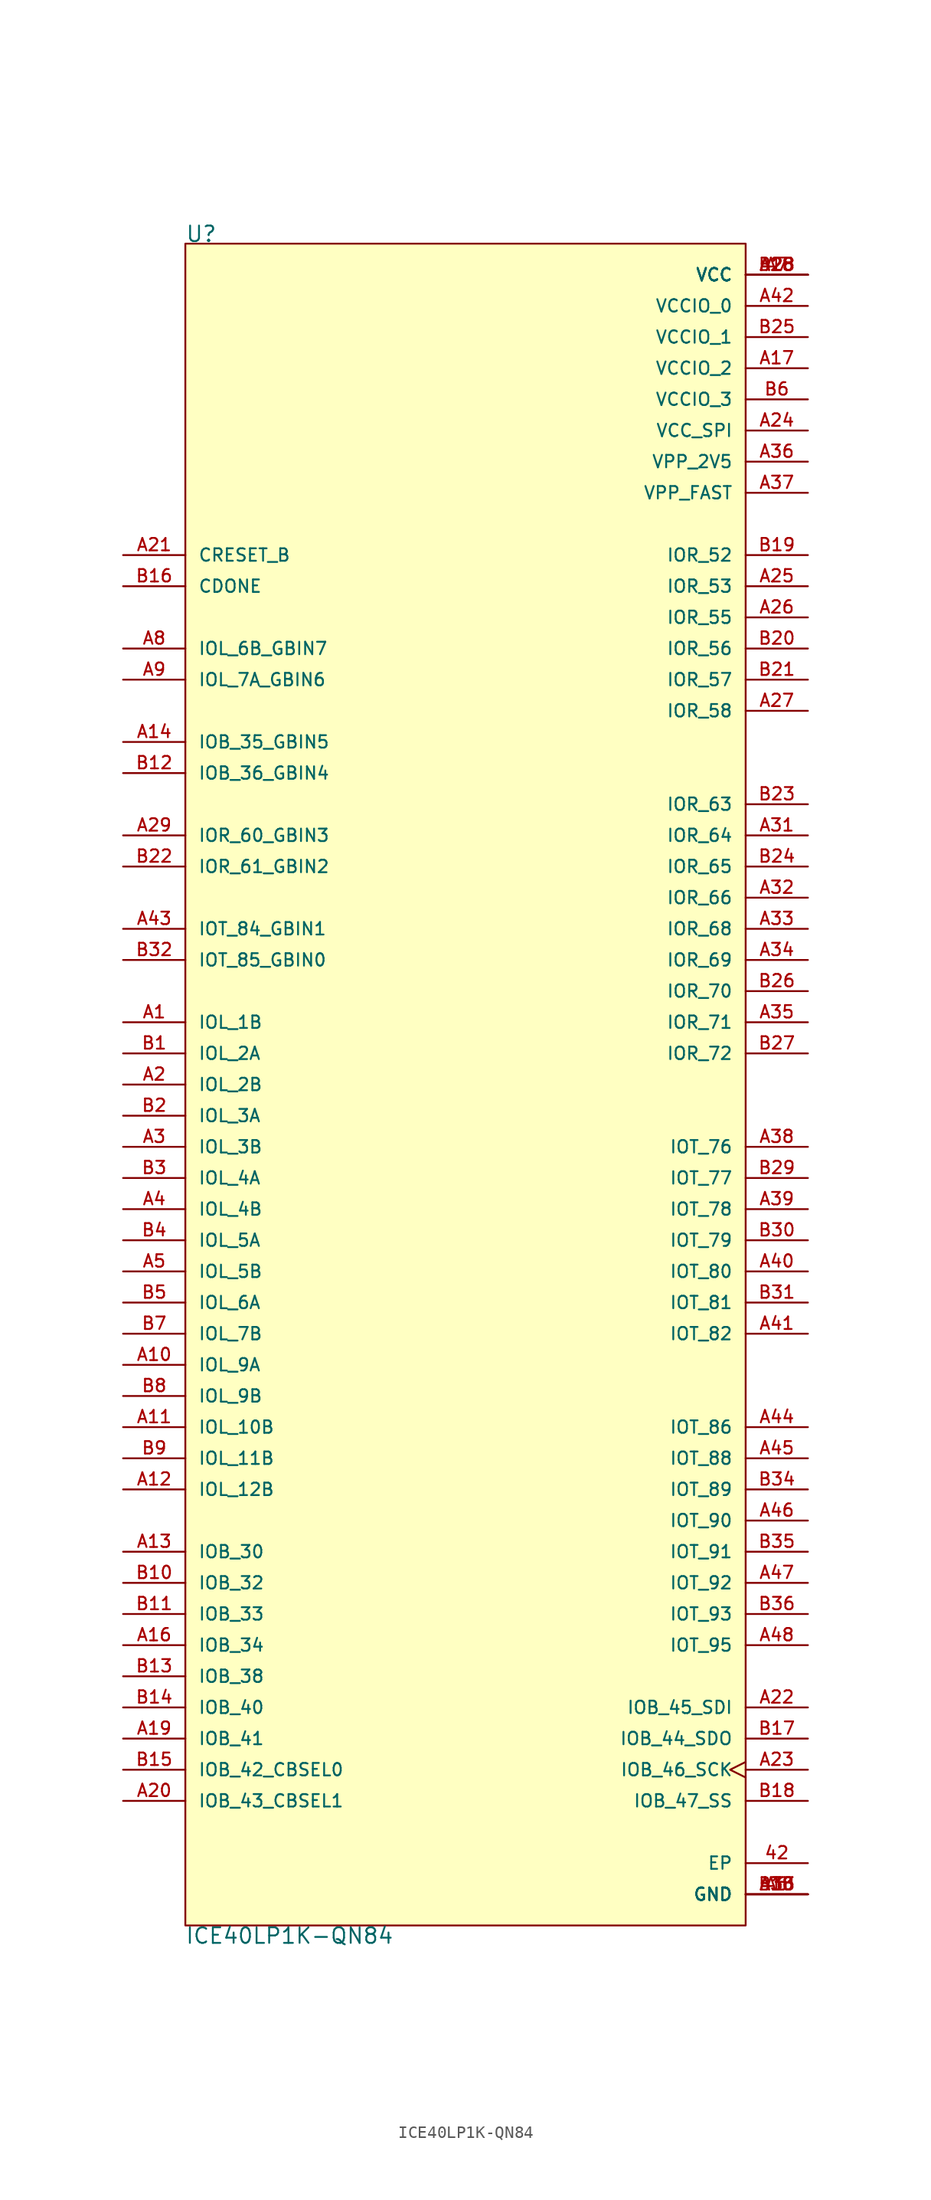
<source format=kicad_sym>
(kicad_symbol_lib
  (version 20211014)
  (generator kicad_symbol_editor)
  (symbol "ICE40LP1K-QN84"
    (pin_names
      (offset 1.016))
    (property "Reference" "U"
      (at -22.874 68.622 0)
      (effects (font (size 1.27 1.27)) (justify bottom left)))
    (property "Value" "ICE40LP1K-QN84"
      (at -22.893 -68.678 0.0)
      (effects (font (size 1.27 1.27)) (justify top left)))
    (symbol "ICE40LP1K-QN84_0_0"
      (rectangle (start -22.86 -68.58) (end 22.86 68.58) (stroke (width 0.152)) (fill (type background)))
      (pin bidirectional line (at -27.94 5.08 0) (length 5.08) (name "IOL_1B" (effects (font (size 1.016 1.016)))) (number "A1" (effects (font (size 1.016 1.016)))))
      (pin bidirectional line (at -27.94 2.54 0) (length 5.08) (name "IOL_2A" (effects (font (size 1.016 1.016)))) (number "B1" (effects (font (size 1.016 1.016)))))
      (pin bidirectional line (at -27.94 0.0 0) (length 5.08) (name "IOL_2B" (effects (font (size 1.016 1.016)))) (number "A2" (effects (font (size 1.016 1.016)))))
      (pin bidirectional line (at -27.94 -2.54 0) (length 5.08) (name "IOL_3A" (effects (font (size 1.016 1.016)))) (number "B2" (effects (font (size 1.016 1.016)))))
      (pin bidirectional line (at -27.94 -5.08 0) (length 5.08) (name "IOL_3B" (effects (font (size 1.016 1.016)))) (number "A3" (effects (font (size 1.016 1.016)))))
      (pin bidirectional line (at -27.94 -7.62 0) (length 5.08) (name "IOL_4A" (effects (font (size 1.016 1.016)))) (number "B3" (effects (font (size 1.016 1.016)))))
      (pin bidirectional line (at -27.94 -10.16 0) (length 5.08) (name "IOL_4B" (effects (font (size 1.016 1.016)))) (number "A4" (effects (font (size 1.016 1.016)))))
      (pin bidirectional line (at -27.94 -12.7 0) (length 5.08) (name "IOL_5A" (effects (font (size 1.016 1.016)))) (number "B4" (effects (font (size 1.016 1.016)))))
      (pin bidirectional line (at -27.94 -15.24 0) (length 5.08) (name "IOL_5B" (effects (font (size 1.016 1.016)))) (number "A5" (effects (font (size 1.016 1.016)))))
      (pin bidirectional line (at -27.94 -17.78 0) (length 5.08) (name "IOL_6A" (effects (font (size 1.016 1.016)))) (number "B5" (effects (font (size 1.016 1.016)))))
      (pin input line (at -27.94 35.56 0) (length 5.08) (name "IOL_6B_GBIN7" (effects (font (size 1.016 1.016)))) (number "A8" (effects (font (size 1.016 1.016)))))
      (pin input line (at -27.94 33.02 0) (length 5.08) (name "IOL_7A_GBIN6" (effects (font (size 1.016 1.016)))) (number "A9" (effects (font (size 1.016 1.016)))))
      (pin bidirectional line (at -27.94 -20.32 0) (length 5.08) (name "IOL_7B" (effects (font (size 1.016 1.016)))) (number "B7" (effects (font (size 1.016 1.016)))))
      (pin bidirectional line (at -27.94 -22.86 0) (length 5.08) (name "IOL_9A" (effects (font (size 1.016 1.016)))) (number "A10" (effects (font (size 1.016 1.016)))))
      (pin bidirectional line (at -27.94 -25.4 0) (length 5.08) (name "IOL_9B" (effects (font (size 1.016 1.016)))) (number "B8" (effects (font (size 1.016 1.016)))))
      (pin bidirectional line (at -27.94 -27.94 0) (length 5.08) (name "IOL_10B" (effects (font (size 1.016 1.016)))) (number "A11" (effects (font (size 1.016 1.016)))))
      (pin bidirectional line (at -27.94 -30.48 0) (length 5.08) (name "IOL_11B" (effects (font (size 1.016 1.016)))) (number "B9" (effects (font (size 1.016 1.016)))))
      (pin bidirectional line (at -27.94 -33.02 0) (length 5.08) (name "IOL_12B" (effects (font (size 1.016 1.016)))) (number "A12" (effects (font (size 1.016 1.016)))))
      (pin bidirectional line (at -27.94 -38.1 0) (length 5.08) (name "IOB_30" (effects (font (size 1.016 1.016)))) (number "A13" (effects (font (size 1.016 1.016)))))
      (pin bidirectional line (at -27.94 -40.64 0) (length 5.08) (name "IOB_32" (effects (font (size 1.016 1.016)))) (number "B10" (effects (font (size 1.016 1.016)))))
      (pin bidirectional line (at -27.94 -43.18 0) (length 5.08) (name "IOB_33" (effects (font (size 1.016 1.016)))) (number "B11" (effects (font (size 1.016 1.016)))))
      (pin input line (at -27.94 27.94 0) (length 5.08) (name "IOB_35_GBIN5" (effects (font (size 1.016 1.016)))) (number "A14" (effects (font (size 1.016 1.016)))))
      (pin input line (at -27.94 25.4 0) (length 5.08) (name "IOB_36_GBIN4" (effects (font (size 1.016 1.016)))) (number "B12" (effects (font (size 1.016 1.016)))))
      (pin bidirectional line (at -27.94 -45.72 0) (length 5.08) (name "IOB_34" (effects (font (size 1.016 1.016)))) (number "A16" (effects (font (size 1.016 1.016)))))
      (pin bidirectional line (at -27.94 -48.26 0) (length 5.08) (name "IOB_38" (effects (font (size 1.016 1.016)))) (number "B13" (effects (font (size 1.016 1.016)))))
      (pin bidirectional line (at -27.94 -50.8 0) (length 5.08) (name "IOB_40" (effects (font (size 1.016 1.016)))) (number "B14" (effects (font (size 1.016 1.016)))))
      (pin bidirectional line (at -27.94 -53.34 0) (length 5.08) (name "IOB_41" (effects (font (size 1.016 1.016)))) (number "A19" (effects (font (size 1.016 1.016)))))
      (pin bidirectional line (at -27.94 -55.88 0) (length 5.08) (name "IOB_42_CBSEL0" (effects (font (size 1.016 1.016)))) (number "B15" (effects (font (size 1.016 1.016)))))
      (pin bidirectional line (at -27.94 -58.42 0) (length 5.08) (name "IOB_43_CBSEL1" (effects (font (size 1.016 1.016)))) (number "A20" (effects (font (size 1.016 1.016)))))
      (pin input line (at -27.94 40.64 0) (length 5.08) (name "CDONE" (effects (font (size 1.016 1.016)))) (number "B16" (effects (font (size 1.016 1.016)))))
      (pin input line (at -27.94 43.18 0) (length 5.08) (name "CRESET_B" (effects (font (size 1.016 1.016)))) (number "A21" (effects (font (size 1.016 1.016)))))
      (pin bidirectional line (at 27.94 -53.34 180.0) (length 5.08) (name "IOB_44_SDO" (effects (font (size 1.016 1.016)))) (number "B17" (effects (font (size 1.016 1.016)))))
      (pin bidirectional line (at 27.94 -50.8 180.0) (length 5.08) (name "IOB_45_SDI" (effects (font (size 1.016 1.016)))) (number "A22" (effects (font (size 1.016 1.016)))))
      (pin bidirectional clock (at 27.94 -55.88 180.0) (length 5.08) (name "IOB_46_SCK" (effects (font (size 1.016 1.016)))) (number "A23" (effects (font (size 1.016 1.016)))))
      (pin bidirectional line (at 27.94 -58.42 180.0) (length 5.08) (name "IOB_47_SS" (effects (font (size 1.016 1.016)))) (number "B18" (effects (font (size 1.016 1.016)))))
      (pin power_in line (at 27.94 53.34 180.0) (length 5.08) (name "VCC_SPI" (effects (font (size 1.016 1.016)))) (number "A24" (effects (font (size 1.016 1.016)))))
      (pin bidirectional line (at 27.94 43.18 180.0) (length 5.08) (name "IOR_52" (effects (font (size 1.016 1.016)))) (number "B19" (effects (font (size 1.016 1.016)))))
      (pin bidirectional line (at 27.94 40.64 180.0) (length 5.08) (name "IOR_53" (effects (font (size 1.016 1.016)))) (number "A25" (effects (font (size 1.016 1.016)))))
      (pin bidirectional line (at 27.94 38.1 180.0) (length 5.08) (name "IOR_55" (effects (font (size 1.016 1.016)))) (number "A26" (effects (font (size 1.016 1.016)))))
      (pin bidirectional line (at 27.94 35.56 180.0) (length 5.08) (name "IOR_56" (effects (font (size 1.016 1.016)))) (number "B20" (effects (font (size 1.016 1.016)))))
      (pin bidirectional line (at 27.94 33.02 180.0) (length 5.08) (name "IOR_57" (effects (font (size 1.016 1.016)))) (number "B21" (effects (font (size 1.016 1.016)))))
      (pin bidirectional line (at 27.94 30.48 180.0) (length 5.08) (name "IOR_58" (effects (font (size 1.016 1.016)))) (number "A27" (effects (font (size 1.016 1.016)))))
      (pin input line (at -27.94 20.32 0) (length 5.08) (name "IOR_60_GBIN3" (effects (font (size 1.016 1.016)))) (number "A29" (effects (font (size 1.016 1.016)))))
      (pin input line (at -27.94 17.78 0) (length 5.08) (name "IOR_61_GBIN2" (effects (font (size 1.016 1.016)))) (number "B22" (effects (font (size 1.016 1.016)))))
      (pin bidirectional line (at 27.94 22.86 180.0) (length 5.08) (name "IOR_63" (effects (font (size 1.016 1.016)))) (number "B23" (effects (font (size 1.016 1.016)))))
      (pin bidirectional line (at 27.94 20.32 180.0) (length 5.08) (name "IOR_64" (effects (font (size 1.016 1.016)))) (number "A31" (effects (font (size 1.016 1.016)))))
      (pin bidirectional line (at 27.94 17.78 180.0) (length 5.08) (name "IOR_65" (effects (font (size 1.016 1.016)))) (number "B24" (effects (font (size 1.016 1.016)))))
      (pin bidirectional line (at 27.94 15.24 180.0) (length 5.08) (name "IOR_66" (effects (font (size 1.016 1.016)))) (number "A32" (effects (font (size 1.016 1.016)))))
      (pin bidirectional line (at 27.94 12.7 180.0) (length 5.08) (name "IOR_68" (effects (font (size 1.016 1.016)))) (number "A33" (effects (font (size 1.016 1.016)))))
      (pin bidirectional line (at 27.94 10.16 180.0) (length 5.08) (name "IOR_69" (effects (font (size 1.016 1.016)))) (number "A34" (effects (font (size 1.016 1.016)))))
      (pin bidirectional line (at 27.94 7.62 180.0) (length 5.08) (name "IOR_70" (effects (font (size 1.016 1.016)))) (number "B26" (effects (font (size 1.016 1.016)))))
      (pin bidirectional line (at 27.94 5.08 180.0) (length 5.08) (name "IOR_71" (effects (font (size 1.016 1.016)))) (number "A35" (effects (font (size 1.016 1.016)))))
      (pin bidirectional line (at 27.94 2.54 180.0) (length 5.08) (name "IOR_72" (effects (font (size 1.016 1.016)))) (number "B27" (effects (font (size 1.016 1.016)))))
      (pin power_in line (at 27.94 50.8 180.0) (length 5.08) (name "VPP_2V5" (effects (font (size 1.016 1.016)))) (number "A36" (effects (font (size 1.016 1.016)))))
      (pin power_in line (at 27.94 48.26 180.0) (length 5.08) (name "VPP_FAST" (effects (font (size 1.016 1.016)))) (number "A37" (effects (font (size 1.016 1.016)))))
      (pin bidirectional line (at 27.94 -5.08 180.0) (length 5.08) (name "IOT_76" (effects (font (size 1.016 1.016)))) (number "A38" (effects (font (size 1.016 1.016)))))
      (pin bidirectional line (at 27.94 -7.62 180.0) (length 5.08) (name "IOT_77" (effects (font (size 1.016 1.016)))) (number "B29" (effects (font (size 1.016 1.016)))))
      (pin bidirectional line (at 27.94 -10.16 180.0) (length 5.08) (name "IOT_78" (effects (font (size 1.016 1.016)))) (number "A39" (effects (font (size 1.016 1.016)))))
      (pin bidirectional line (at 27.94 -12.7 180.0) (length 5.08) (name "IOT_79" (effects (font (size 1.016 1.016)))) (number "B30" (effects (font (size 1.016 1.016)))))
      (pin bidirectional line (at 27.94 -15.24 180.0) (length 5.08) (name "IOT_80" (effects (font (size 1.016 1.016)))) (number "A40" (effects (font (size 1.016 1.016)))))
      (pin bidirectional line (at 27.94 -17.78 180.0) (length 5.08) (name "IOT_81" (effects (font (size 1.016 1.016)))) (number "B31" (effects (font (size 1.016 1.016)))))
      (pin bidirectional line (at 27.94 -20.32 180.0) (length 5.08) (name "IOT_82" (effects (font (size 1.016 1.016)))) (number "A41" (effects (font (size 1.016 1.016)))))
      (pin input line (at -27.94 12.7 0) (length 5.08) (name "IOT_84_GBIN1" (effects (font (size 1.016 1.016)))) (number "A43" (effects (font (size 1.016 1.016)))))
      (pin input line (at -27.94 10.16 0) (length 5.08) (name "IOT_85_GBIN0" (effects (font (size 1.016 1.016)))) (number "B32" (effects (font (size 1.016 1.016)))))
      (pin bidirectional line (at 27.94 -27.94 180.0) (length 5.08) (name "IOT_86" (effects (font (size 1.016 1.016)))) (number "A44" (effects (font (size 1.016 1.016)))))
      (pin bidirectional line (at 27.94 -30.48 180.0) (length 5.08) (name "IOT_88" (effects (font (size 1.016 1.016)))) (number "A45" (effects (font (size 1.016 1.016)))))
      (pin bidirectional line (at 27.94 -33.02 180.0) (length 5.08) (name "IOT_89" (effects (font (size 1.016 1.016)))) (number "B34" (effects (font (size 1.016 1.016)))))
      (pin bidirectional line (at 27.94 -35.56 180.0) (length 5.08) (name "IOT_90" (effects (font (size 1.016 1.016)))) (number "A46" (effects (font (size 1.016 1.016)))))
      (pin bidirectional line (at 27.94 -38.1 180.0) (length 5.08) (name "IOT_91" (effects (font (size 1.016 1.016)))) (number "B35" (effects (font (size 1.016 1.016)))))
      (pin bidirectional line (at 27.94 -40.64 180.0) (length 5.08) (name "IOT_92" (effects (font (size 1.016 1.016)))) (number "A47" (effects (font (size 1.016 1.016)))))
      (pin bidirectional line (at 27.94 -43.18 180.0) (length 5.08) (name "IOT_93" (effects (font (size 1.016 1.016)))) (number "B36" (effects (font (size 1.016 1.016)))))
      (pin bidirectional line (at 27.94 -45.72 180.0) (length 5.08) (name "IOT_95" (effects (font (size 1.016 1.016)))) (number "A48" (effects (font (size 1.016 1.016)))))
      (pin power_in line (at 27.94 -66.04 180.0) (length 5.08) (name "GND" (effects (font (size 1.016 1.016)))) (number "A6" (effects (font (size 1.016 1.016)))))
      (pin power_in line (at 27.94 -66.04 180.0) (length 5.08) (name "GND" (effects (font (size 1.016 1.016)))) (number "A18" (effects (font (size 1.016 1.016)))))
      (pin power_in line (at 27.94 -66.04 180.0) (length 5.08) (name "GND" (effects (font (size 1.016 1.016)))) (number "A30" (effects (font (size 1.016 1.016)))))
      (pin power_in line (at 27.94 -66.04 180.0) (length 5.08) (name "GND" (effects (font (size 1.016 1.016)))) (number "B33" (effects (font (size 1.016 1.016)))))
      (pin power_in line (at 27.94 66.04 180.0) (length 5.08) (name "VCC" (effects (font (size 1.016 1.016)))) (number "A7" (effects (font (size 1.016 1.016)))))
      (pin power_in line (at 27.94 66.04 180.0) (length 5.08) (name "VCC" (effects (font (size 1.016 1.016)))) (number "A15" (effects (font (size 1.016 1.016)))))
      (pin power_in line (at 27.94 66.04 180.0) (length 5.08) (name "VCC" (effects (font (size 1.016 1.016)))) (number "A28" (effects (font (size 1.016 1.016)))))
      (pin power_in line (at 27.94 66.04 180.0) (length 5.08) (name "VCC" (effects (font (size 1.016 1.016)))) (number "B28" (effects (font (size 1.016 1.016)))))
      (pin power_in line (at 27.94 63.5 180.0) (length 5.08) (name "VCCIO_0" (effects (font (size 1.016 1.016)))) (number "A42" (effects (font (size 1.016 1.016)))))
      (pin power_in line (at 27.94 60.96 180.0) (length 5.08) (name "VCCIO_1" (effects (font (size 1.016 1.016)))) (number "B25" (effects (font (size 1.016 1.016)))))
      (pin power_in line (at 27.94 58.42 180.0) (length 5.08) (name "VCCIO_2" (effects (font (size 1.016 1.016)))) (number "A17" (effects (font (size 1.016 1.016)))))
      (pin power_in line (at 27.94 55.88 180.0) (length 5.08) (name "VCCIO_3" (effects (font (size 1.016 1.016)))) (number "B6" (effects (font (size 1.016 1.016)))))
      (pin power_in line (at 27.94 -63.5 180.0) (length 5.08) (name "EP" (effects (font (size 1.016 1.016)))) (number "42" (effects (font (size 1.016 1.016))))))))
</source>
